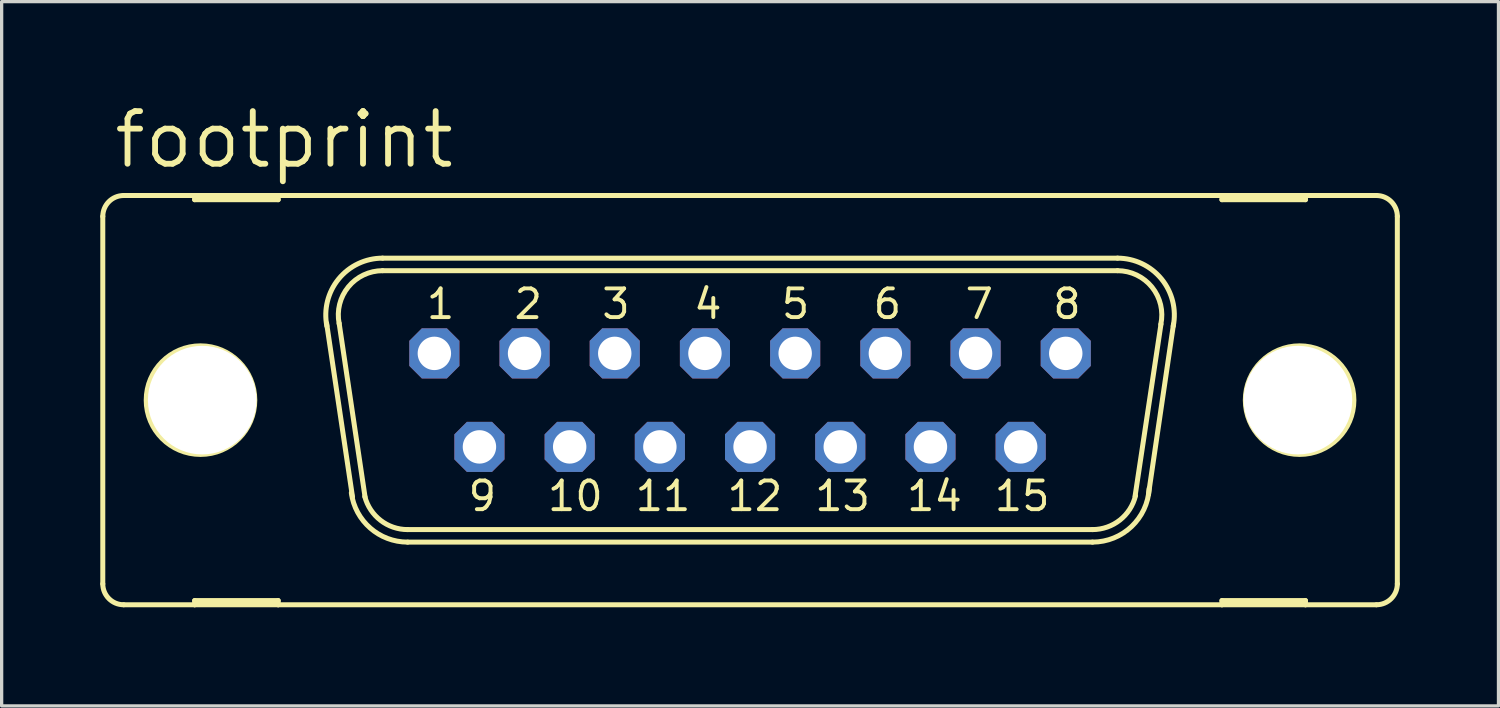
<source format=kicad_pcb>
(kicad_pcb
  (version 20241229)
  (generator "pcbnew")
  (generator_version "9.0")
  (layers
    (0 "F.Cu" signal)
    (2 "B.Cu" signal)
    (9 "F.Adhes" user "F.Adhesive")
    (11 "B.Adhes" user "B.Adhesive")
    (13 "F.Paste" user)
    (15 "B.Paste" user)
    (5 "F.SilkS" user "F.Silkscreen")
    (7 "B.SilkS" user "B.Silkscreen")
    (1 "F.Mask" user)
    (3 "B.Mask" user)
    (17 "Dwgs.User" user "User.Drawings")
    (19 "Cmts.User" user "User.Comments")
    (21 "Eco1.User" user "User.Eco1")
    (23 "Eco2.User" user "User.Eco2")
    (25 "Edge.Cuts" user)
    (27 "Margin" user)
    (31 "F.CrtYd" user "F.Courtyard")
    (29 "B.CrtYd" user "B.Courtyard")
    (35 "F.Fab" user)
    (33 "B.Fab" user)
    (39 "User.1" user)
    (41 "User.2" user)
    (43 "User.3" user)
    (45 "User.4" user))
  (footprint "footprint"
    (layer "F.Cu")
    (at 19.761 9.119)
    (property "Reference" "footprint" (at -19.431 -6.985 0) (layer "F.SilkS") (effects (font (size 1.6 1.6) (thickness 0.178)) (justify left bottom)))
    (fp_line (start -19.685 -5.588) (end -19.685 5.588) (stroke (width 0.152) (type solid)) (layer "F.SilkS"))
    (fp_line (start -19.05 6.223) (end -16.891 6.223) (stroke (width 0.152) (type solid)) (layer "F.SilkS"))
    (fp_line (start -16.891 -6.223) (end -19.05 -6.223) (stroke (width 0.152) (type solid)) (layer "F.SilkS"))
    (fp_line (start -16.891 -6.223) (end -16.891 -6.096) (stroke (width 0.152) (type solid)) (layer "F.SilkS"))
    (fp_line (start -16.891 -6.096) (end -14.351 -6.096) (stroke (width 0.152) (type solid)) (layer "F.SilkS"))
    (fp_line (start -16.891 6.096) (end -14.351 6.096) (stroke (width 0.152) (type solid)) (layer "F.SilkS"))
    (fp_line (start -16.891 6.223) (end -16.891 6.096) (stroke (width 0.152) (type solid)) (layer "F.SilkS"))
    (fp_line (start -16.891 6.223) (end -14.351 6.223) (stroke (width 0.152) (type solid)) (layer "F.SilkS"))
    (fp_line (start -14.351 -6.223) (end -16.891 -6.223) (stroke (width 0.152) (type solid)) (layer "F.SilkS"))
    (fp_line (start -14.351 -6.096) (end -14.351 -6.223) (stroke (width 0.152) (type solid)) (layer "F.SilkS"))
    (fp_line (start -14.351 6.096) (end -14.351 6.223) (stroke (width 0.152) (type solid)) (layer "F.SilkS"))
    (fp_line (start -14.351 6.223) (end 14.351 6.223) (stroke (width 0.152) (type solid)) (layer "F.SilkS"))
    (fp_line (start -12.09 2.946) (end -12.878 -2.337) (stroke (width 0.152) (type solid)) (layer "F.SilkS"))
    (fp_line (start -11.709 2.946) (end -12.497 -2.337) (stroke (width 0.152) (type solid)) (layer "F.SilkS"))
    (fp_line (start -11.176 -4.318) (end 11.176 -4.318) (stroke (width 0.152) (type solid)) (layer "F.SilkS"))
    (fp_line (start -11.176 -3.937) (end 11.176 -3.937) (stroke (width 0.152) (type solid)) (layer "F.SilkS"))
    (fp_line (start -10.414 3.937) (end 10.414 3.937) (stroke (width 0.152) (type solid)) (layer "F.SilkS"))
    (fp_line (start -10.414 4.318) (end 10.414 4.318) (stroke (width 0.152) (type solid)) (layer "F.SilkS"))
    (fp_line (start 12.497 -2.311) (end 11.709 2.921) (stroke (width 0.152) (type solid)) (layer "F.SilkS"))
    (fp_line (start 12.878 -2.311) (end 12.116 2.87) (stroke (width 0.152) (type solid)) (layer "F.SilkS"))
    (fp_line (start 14.351 -6.223) (end -14.351 -6.223) (stroke (width 0.152) (type solid)) (layer "F.SilkS"))
    (fp_line (start 14.351 -6.223) (end 14.351 -6.096) (stroke (width 0.152) (type solid)) (layer "F.SilkS"))
    (fp_line (start 14.351 -6.096) (end 16.891 -6.096) (stroke (width 0.152) (type solid)) (layer "F.SilkS"))
    (fp_line (start 14.351 6.096) (end 16.891 6.096) (stroke (width 0.152) (type solid)) (layer "F.SilkS"))
    (fp_line (start 14.351 6.223) (end 14.351 6.096) (stroke (width 0.152) (type solid)) (layer "F.SilkS"))
    (fp_line (start 14.351 6.223) (end 16.891 6.223) (stroke (width 0.152) (type solid)) (layer "F.SilkS"))
    (fp_line (start 16.891 -6.223) (end 14.351 -6.223) (stroke (width 0.152) (type solid)) (layer "F.SilkS"))
    (fp_line (start 16.891 -6.096) (end 16.891 -6.223) (stroke (width 0.152) (type solid)) (layer "F.SilkS"))
    (fp_line (start 16.891 6.096) (end 16.891 6.223) (stroke (width 0.152) (type solid)) (layer "F.SilkS"))
    (fp_line (start 16.891 6.223) (end 19.05 6.223) (stroke (width 0.152) (type solid)) (layer "F.SilkS"))
    (fp_line (start 19.05 -6.223) (end 16.891 -6.223) (stroke (width 0.152) (type solid)) (layer "F.SilkS"))
    (fp_line (start 19.685 -5.588) (end 19.685 5.588) (stroke (width 0.152) (type solid)) (layer "F.SilkS"))
    (fp_arc (start -19.685 -5.588) (mid -19.499013 -6.037013) (end -19.05 -6.223) (stroke (width 0.1524) (type solid)) (layer "F.SilkS"))
    (fp_arc (start -19.05 6.223) (mid -19.499013 6.037013) (end -19.685 5.588) (stroke (width 0.1524) (type solid)) (layer "F.SilkS"))
    (fp_arc (start -12.8697 -2.2521) (mid -12.511716 -3.685842) (end -11.175998 -4.318) (stroke (width 0.1524) (type solid)) (layer "F.SilkS"))
    (fp_arc (start -12.4961 -2.3268) (mid -12.217082 -3.444284) (end -11.176 -3.937) (stroke (width 0.1524) (type solid)) (layer "F.SilkS"))
    (fp_arc (start -10.414 3.937) (mid -11.2375 3.655745) (end -11.7169 2.9295) (stroke (width 0.1524) (type solid)) (layer "F.SilkS"))
    (fp_arc (start -10.413999 4.318001) (mid -11.551711 3.890313) (end -12.126 2.8191) (stroke (width 0.1524) (type solid)) (layer "F.SilkS"))
    (fp_arc (start 11.176 -4.318) (mid 12.511813 -3.685866) (end 12.869999 -2.252098) (stroke (width 0.1524) (type solid)) (layer "F.SilkS"))
    (fp_arc (start 11.176 -3.937) (mid 12.224557 -3.435183) (end 12.491499 -2.303798) (stroke (width 0.1524) (type solid)) (layer "F.SilkS"))
    (fp_arc (start 11.722701 2.904999) (mid 11.247257 3.647874) (end 10.414 3.937) (stroke (width 0.1524) (type solid)) (layer "F.SilkS"))
    (fp_arc (start 12.1383 2.6849) (mid 11.601366 3.844828) (end 10.414 4.318) (stroke (width 0.1524) (type solid)) (layer "F.SilkS"))
    (fp_arc (start 19.05 -6.223) (mid 19.499013 -6.037013) (end 19.685 -5.588) (stroke (width 0.1524) (type solid)) (layer "F.SilkS"))
    (fp_arc (start 19.685 5.588) (mid 19.499013 6.037013) (end 19.05 6.223) (stroke (width 0.1524) (type solid)) (layer "F.SilkS"))
    (fp_circle (center -16.713 0) (end -15.062 0) (stroke (width 0.152) (type solid)) (fill no) (layer "F.SilkS"))
    (fp_circle (center 16.713 0) (end 18.364 0) (stroke (width 0.152) (type solid)) (fill no) (layer "F.SilkS"))
    (fp_circle (center -9.601 -1.422) (end -9.347 -1.422) (stroke (width 0.406) (type solid)) (fill no) (layer "F.Fab"))
    (fp_circle (center -8.23 1.422) (end -7.976 1.422) (stroke (width 0.406) (type solid)) (fill no) (layer "F.Fab"))
    (fp_circle (center -6.858 -1.422) (end -6.604 -1.422) (stroke (width 0.406) (type solid)) (fill no) (layer "F.Fab"))
    (fp_circle (center -5.486 1.422) (end -5.232 1.422) (stroke (width 0.406) (type solid)) (fill no) (layer "F.Fab"))
    (fp_circle (center -4.115 -1.422) (end -3.861 -1.422) (stroke (width 0.406) (type solid)) (fill no) (layer "F.Fab"))
    (fp_circle (center -2.743 1.422) (end -2.489 1.422) (stroke (width 0.406) (type solid)) (fill no) (layer "F.Fab"))
    (fp_circle (center -1.372 -1.422) (end -1.118 -1.422) (stroke (width 0.406) (type solid)) (fill no) (layer "F.Fab"))
    (fp_circle (center 0 1.422) (end 0.254 1.422) (stroke (width 0.406) (type solid)) (fill no) (layer "F.Fab"))
    (fp_circle (center 1.372 -1.422) (end 1.626 -1.422) (stroke (width 0.406) (type solid)) (fill no) (layer "F.Fab"))
    (fp_circle (center 2.743 1.422) (end 2.997 1.422) (stroke (width 0.406) (type solid)) (fill no) (layer "F.Fab"))
    (fp_circle (center 4.115 -1.422) (end 4.369 -1.422) (stroke (width 0.406) (type solid)) (fill no) (layer "F.Fab"))
    (fp_circle (center 5.486 1.422) (end 5.74 1.422) (stroke (width 0.406) (type solid)) (fill no) (layer "F.Fab"))
    (fp_circle (center 6.858 -1.422) (end 7.112 -1.422) (stroke (width 0.406) (type solid)) (fill no) (layer "F.Fab"))
    (fp_circle (center 8.23 1.422) (end 8.484 1.422) (stroke (width 0.406) (type solid)) (fill no) (layer "F.Fab"))
    (fp_circle (center 9.601 -1.422) (end 9.855 -1.422) (stroke (width 0.406) (type solid)) (fill no) (layer "F.Fab"))
    (fp_text user "15" (at 7.366 3.429 0) (layer "F.SilkS") (effects (font (size 0.872 0.872) (thickness 0.119)) (justify left bottom)))
    (fp_text user "4" (at -1.778 -2.413 0) (layer "F.SilkS") (effects (font (size 0.872 0.872) (thickness 0.119)) (justify left bottom)))
    (fp_text user "1" (at -9.906 -2.413 0) (layer "F.SilkS") (effects (font (size 0.872 0.872) (thickness 0.119)) (justify left bottom)))
    (fp_text user "3" (at -4.572 -2.413 0) (layer "F.SilkS") (effects (font (size 0.872 0.872) (thickness 0.119)) (justify left bottom)))
    (fp_text user "14" (at 4.699 3.429 0) (layer "F.SilkS") (effects (font (size 0.872 0.872) (thickness 0.119)) (justify left bottom)))
    (fp_text user "11" (at -3.556 3.429 0) (layer "F.SilkS") (effects (font (size 0.872 0.872) (thickness 0.119)) (justify left bottom)))
    (fp_text user "8" (at 9.144 -2.413 0) (layer "F.SilkS") (effects (font (size 0.872 0.872) (thickness 0.119)) (justify left bottom)))
    (fp_text user "6" (at 3.683 -2.413 0) (layer "F.SilkS") (effects (font (size 0.872 0.872) (thickness 0.119)) (justify left bottom)))
    (fp_text user "10" (at -6.223 3.429 0) (layer "F.SilkS") (effects (font (size 0.872 0.872) (thickness 0.119)) (justify left bottom)))
    (fp_text user "12" (at -0.762 3.429 0) (layer "F.SilkS") (effects (font (size 0.872 0.872) (thickness 0.119)) (justify left bottom)))
    (fp_text user "13" (at 1.905 3.429 0) (layer "F.SilkS") (effects (font (size 0.872 0.872) (thickness 0.119)) (justify left bottom)))
    (fp_text user "7" (at 6.477 -2.413 0) (layer "F.SilkS") (effects (font (size 0.872 0.872) (thickness 0.119)) (justify left bottom)))
    (fp_text user "5" (at 0.889 -2.413 0) (layer "F.SilkS") (effects (font (size 0.872 0.872) (thickness 0.119)) (justify left bottom)))
    (fp_text user "9" (at -8.636 3.429 0) (layer "F.SilkS") (effects (font (size 0.872 0.872) (thickness 0.119)) (justify left bottom)))
    (fp_text user "2" (at -7.239 -2.413 0) (layer "F.SilkS") (effects (font (size 0.872 0.872) (thickness 0.119)) (justify left bottom)))
    (pad "" np_thru_hole circle (at -16.662 0) (size 3.302 3.302) (drill 3.302) (layers "*.Cu" "*.Mask"))
    (pad "" np_thru_hole circle (at 16.662 0) (size 3.302 3.302) (drill 3.302) (layers "*.Cu" "*.Mask"))
    (pad "1" thru_hole roundrect (at -9.601 -1.422) (size 1.524 1.524) (drill 1.016) (layers "*.Cu" "*.Mask") (roundrect_rratio 0.25) (chamfer_ratio 0.25) (chamfer top_left top_right bottom_left bottom_right))
    (pad "2" thru_hole roundrect (at -6.858 -1.422) (size 1.524 1.524) (drill 1.016) (layers "*.Cu" "*.Mask") (roundrect_rratio 0.25) (chamfer_ratio 0.25) (chamfer top_left top_right bottom_left bottom_right))
    (pad "3" thru_hole roundrect (at -4.115 -1.422) (size 1.524 1.524) (drill 1.016) (layers "*.Cu" "*.Mask") (roundrect_rratio 0.25) (chamfer_ratio 0.25) (chamfer top_left top_right bottom_left bottom_right))
    (pad "4" thru_hole roundrect (at -1.372 -1.422) (size 1.524 1.524) (drill 1.016) (layers "*.Cu" "*.Mask") (roundrect_rratio 0.25) (chamfer_ratio 0.25) (chamfer top_left top_right bottom_left bottom_right))
    (pad "5" thru_hole roundrect (at 1.372 -1.422) (size 1.524 1.524) (drill 1.016) (layers "*.Cu" "*.Mask") (roundrect_rratio 0.25) (chamfer_ratio 0.25) (chamfer top_left top_right bottom_left bottom_right))
    (pad "6" thru_hole roundrect (at 4.115 -1.422) (size 1.524 1.524) (drill 1.016) (layers "*.Cu" "*.Mask") (roundrect_rratio 0.25) (chamfer_ratio 0.25) (chamfer top_left top_right bottom_left bottom_right))
    (pad "7" thru_hole roundrect (at 6.858 -1.422) (size 1.524 1.524) (drill 1.016) (layers "*.Cu" "*.Mask") (roundrect_rratio 0.25) (chamfer_ratio 0.25) (chamfer top_left top_right bottom_left bottom_right))
    (pad "8" thru_hole roundrect (at 9.601 -1.422) (size 1.524 1.524) (drill 1.016) (layers "*.Cu" "*.Mask") (roundrect_rratio 0.25) (chamfer_ratio 0.25) (chamfer top_left top_right bottom_left bottom_right))
    (pad "9" thru_hole roundrect (at -8.23 1.422) (size 1.524 1.524) (drill 1.016) (layers "*.Cu" "*.Mask") (roundrect_rratio 0.25) (chamfer_ratio 0.25) (chamfer top_left top_right bottom_left bottom_right))
    (pad "10" thru_hole roundrect (at -5.486 1.422) (size 1.524 1.524) (drill 1.016) (layers "*.Cu" "*.Mask") (roundrect_rratio 0.25) (chamfer_ratio 0.25) (chamfer top_left top_right bottom_left bottom_right))
    (pad "11" thru_hole roundrect (at -2.743 1.422) (size 1.524 1.524) (drill 1.016) (layers "*.Cu" "*.Mask") (roundrect_rratio 0.25) (chamfer_ratio 0.25) (chamfer top_left top_right bottom_left bottom_right))
    (pad "12" thru_hole roundrect (at 0 1.422) (size 1.524 1.524) (drill 1.016) (layers "*.Cu" "*.Mask") (roundrect_rratio 0.25) (chamfer_ratio 0.25) (chamfer top_left top_right bottom_left bottom_right))
    (pad "13" thru_hole roundrect (at 2.743 1.422) (size 1.524 1.524) (drill 1.016) (layers "*.Cu" "*.Mask") (roundrect_rratio 0.25) (chamfer_ratio 0.25) (chamfer top_left top_right bottom_left bottom_right))
    (pad "14" thru_hole roundrect (at 5.486 1.422) (size 1.524 1.524) (drill 1.016) (layers "*.Cu" "*.Mask") (roundrect_rratio 0.25) (chamfer_ratio 0.25) (chamfer top_left top_right bottom_left bottom_right))
    (pad "15" thru_hole roundrect (at 8.23 1.422) (size 1.524 1.524) (drill 1.016) (layers "*.Cu" "*.Mask") (roundrect_rratio 0.25) (chamfer_ratio 0.25) (chamfer top_left top_right bottom_left bottom_right))
    (zone (net_name "") (layers "F.Cu" "B.Cu") (hatch edge 0.508) (connect_pads) (min_thickness 0.254) (filled_areas_thickness no) (keepout (tracks allowed) (vias not_allowed) (pads allowed) (copperpour allowed) (footprints allowed)) (placement (enabled no)) (fill) (polygon (pts (xy 5.766 9.119) (xy 5.725 8.655) (xy 5.605 8.206) (xy 5.408 7.785) (xy 5.142 7.404) (xy 4.813 7.076) (xy 4.432 6.809) (xy 4.011 6.612) (xy 3.562 6.492) (xy 3.099 6.452) (xy 2.636 6.492) (xy 2.187 6.612) (xy 1.765 6.809) (xy 1.384 7.076) (xy 1.056 7.404) (xy 0.789 7.785) (xy 0.593 8.206) (xy 0.472 8.655) (xy 0.432 9.119) (xy 0.472 9.582) (xy 0.593 10.031) (xy 0.789 10.452) (xy 1.056 10.833) (xy 1.384 11.162) (xy 1.765 11.428) (xy 2.187 11.625) (xy 2.636 11.745) (xy 3.099 11.786) (xy 3.562 11.745) (xy 4.011 11.625) (xy 4.432 11.428) (xy 4.813 11.162) (xy 5.142 10.833) (xy 5.408 10.452) (xy 5.605 10.031) (xy 5.725 9.582))))
    (zone (net_name "") (layers "F.Cu" "B.Cu") (hatch edge 0.508) (connect_pads) (min_thickness 0.254) (filled_areas_thickness no) (keepout (tracks allowed) (vias not_allowed) (pads allowed) (copperpour allowed) (footprints allowed)) (placement (enabled no)) (fill) (polygon (pts (xy 39.091 9.119) (xy 39.05 8.655) (xy 38.93 8.206) (xy 38.733 7.785) (xy 38.467 7.404) (xy 38.138 7.076) (xy 37.757 6.809) (xy 37.336 6.612) (xy 36.887 6.492) (xy 36.424 6.452) (xy 35.96 6.492) (xy 35.511 6.612) (xy 35.09 6.809) (xy 34.709 7.076) (xy 34.381 7.404) (xy 34.114 7.785) (xy 33.917 8.206) (xy 33.797 8.655) (xy 33.757 9.119) (xy 33.797 9.582) (xy 33.917 10.031) (xy 34.114 10.452) (xy 34.381 10.833) (xy 34.709 11.162) (xy 35.09 11.428) (xy 35.511 11.625) (xy 35.96 11.745) (xy 36.424 11.786) (xy 36.887 11.745) (xy 37.336 11.625) (xy 37.757 11.428) (xy 38.138 11.162) (xy 38.467 10.833) (xy 38.733 10.452) (xy 38.93 10.031) (xy 39.05 9.582))))
    (zone (net_name "") (layer "B.Cu") (hatch edge 0.508) (connect_pads) (min_thickness 0.254) (filled_areas_thickness no) (keepout (tracks not_allowed) (vias not_allowed) (pads not_allowed) (copperpour not_allowed) (footprints allowed)) (placement (enabled no)) (fill) (polygon (pts (xy 5.766 9.119) (xy 5.725 8.655) (xy 5.605 8.206) (xy 5.408 7.785) (xy 5.142 7.404) (xy 4.813 7.076) (xy 4.432 6.809) (xy 4.011 6.612) (xy 3.562 6.492) (xy 3.099 6.452) (xy 2.636 6.492) (xy 2.187 6.612) (xy 1.765 6.809) (xy 1.384 7.076) (xy 1.056 7.404) (xy 0.789 7.785) (xy 0.593 8.206) (xy 0.472 8.655) (xy 0.432 9.119) (xy 0.472 9.582) (xy 0.593 10.031) (xy 0.789 10.452) (xy 1.056 10.833) (xy 1.384 11.162) (xy 1.765 11.428) (xy 2.187 11.625) (xy 2.636 11.745) (xy 3.099 11.786) (xy 3.562 11.745) (xy 4.011 11.625) (xy 4.432 11.428) (xy 4.813 11.162) (xy 5.142 10.833) (xy 5.408 10.452) (xy 5.605 10.031) (xy 5.725 9.582))))
    (zone (net_name "") (layer "B.Cu") (hatch edge 0.508) (connect_pads) (min_thickness 0.254) (filled_areas_thickness no) (keepout (tracks not_allowed) (vias not_allowed) (pads not_allowed) (copperpour not_allowed) (footprints allowed)) (placement (enabled no)) (fill) (polygon (pts (xy 39.091 9.119) (xy 39.05 8.655) (xy 38.93 8.206) (xy 38.733 7.785) (xy 38.467 7.404) (xy 38.138 7.076) (xy 37.757 6.809) (xy 37.336 6.612) (xy 36.887 6.492) (xy 36.424 6.452) (xy 35.96 6.492) (xy 35.511 6.612) (xy 35.09 6.809) (xy 34.709 7.076) (xy 34.381 7.404) (xy 34.114 7.785) (xy 33.917 8.206) (xy 33.797 8.655) (xy 33.757 9.119) (xy 33.797 9.582) (xy 33.917 10.031) (xy 34.114 10.452) (xy 34.381 10.833) (xy 34.709 11.162) (xy 35.09 11.428) (xy 35.511 11.625) (xy 35.96 11.745) (xy 36.424 11.786) (xy 36.887 11.745) (xy 37.336 11.625) (xy 37.757 11.428) (xy 38.138 11.162) (xy 38.467 10.833) (xy 38.733 10.452) (xy 38.93 10.031) (xy 39.05 9.582)))))
  (gr_rect
    (start -3 -3)
    (end 42.522 18.418)
    (stroke (width 0.1) (type default))
    (fill no)
    (layer "Edge.Cuts")))
</source>
